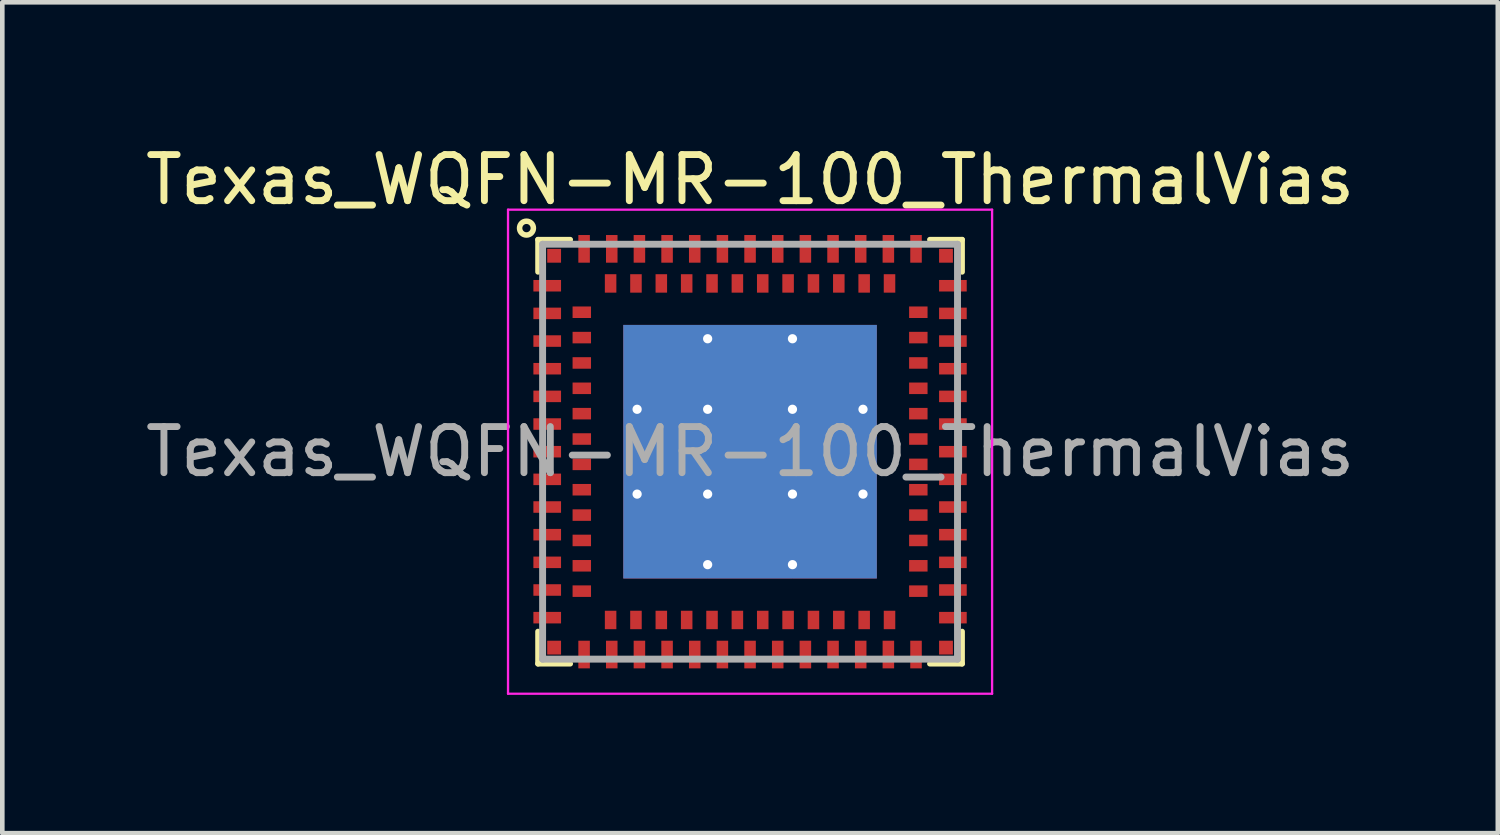
<source format=kicad_pcb>
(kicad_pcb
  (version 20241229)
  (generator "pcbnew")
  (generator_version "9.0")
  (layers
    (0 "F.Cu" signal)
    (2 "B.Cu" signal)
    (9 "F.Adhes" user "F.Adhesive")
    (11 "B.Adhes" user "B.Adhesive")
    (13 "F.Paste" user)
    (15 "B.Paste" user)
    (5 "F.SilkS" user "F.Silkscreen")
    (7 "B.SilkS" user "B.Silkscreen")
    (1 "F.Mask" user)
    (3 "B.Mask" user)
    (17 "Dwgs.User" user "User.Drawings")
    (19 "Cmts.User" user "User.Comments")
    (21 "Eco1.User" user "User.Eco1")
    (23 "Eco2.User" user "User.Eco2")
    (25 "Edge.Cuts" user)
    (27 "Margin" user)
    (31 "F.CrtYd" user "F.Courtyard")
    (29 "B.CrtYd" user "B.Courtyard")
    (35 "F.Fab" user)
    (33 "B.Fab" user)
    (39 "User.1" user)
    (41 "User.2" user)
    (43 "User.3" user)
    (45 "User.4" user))
  (footprint "Texas_WQFN-MR-100_ThermalVias"
    (layer "F.Cu")
    (at 13.22 6.748)
    (property "Reference" "Texas_WQFN-MR-100_ThermalVias" (at 0 -5.9 0) (layer "F.SilkS") (effects (font (size 1 1) (thickness 0.15))))
    (attr smd)
    (fp_line (start -4.6 -4.6) (end -3.9 -4.6) (stroke (width 0.12) (type solid)) (layer "F.SilkS"))
    (fp_line (start -4.6 -3.9) (end -4.6 -4.6) (stroke (width 0.12) (type solid)) (layer "F.SilkS"))
    (fp_line (start -4.6 3.9) (end -4.6 4.6) (stroke (width 0.12) (type solid)) (layer "F.SilkS"))
    (fp_line (start -4.6 4.6) (end -3.9 4.6) (stroke (width 0.12) (type solid)) (layer "F.SilkS"))
    (fp_line (start 4.6 -4.6) (end 3.9 -4.6) (stroke (width 0.12) (type solid)) (layer "F.SilkS"))
    (fp_line (start 4.6 -3.9) (end 4.6 -4.6) (stroke (width 0.12) (type solid)) (layer "F.SilkS"))
    (fp_line (start 4.6 3.9) (end 4.6 4.6) (stroke (width 0.12) (type solid)) (layer "F.SilkS"))
    (fp_line (start 4.6 4.6) (end 3.9 4.6) (stroke (width 0.12) (type solid)) (layer "F.SilkS"))
    (fp_circle (center -4.85 -4.85) (end -5 -4.85) (stroke (width 0.12) (type solid)) (fill no) (layer "F.SilkS"))
    (fp_line (start -5.25 -5.25) (end 5.25 -5.25) (stroke (width 0.05) (type solid)) (layer "F.CrtYd"))
    (fp_line (start -5.25 5.25) (end -5.25 -5.25) (stroke (width 0.05) (type solid)) (layer "F.CrtYd"))
    (fp_line (start 5.25 -5.25) (end 5.25 5.25) (stroke (width 0.05) (type solid)) (layer "F.CrtYd"))
    (fp_line (start 5.25 5.25) (end -5.25 5.25) (stroke (width 0.05) (type solid)) (layer "F.CrtYd"))
    (fp_line (start -4.5 -4.5) (end -4.5 4.5) (stroke (width 0.15) (type solid)) (layer "F.Fab"))
    (fp_line (start -4.5 -4.5) (end 4.5 -4.5) (stroke (width 0.15) (type solid)) (layer "F.Fab"))
    (fp_line (start -4.5 4.5) (end 4.5 4.5) (stroke (width 0.15) (type solid)) (layer "F.Fab"))
    (fp_line (start 4.5 -4.5) (end 4.5 4.5) (stroke (width 0.15) (type solid)) (layer "F.Fab"))
    (fp_text user "${REFERENCE}" (at 0 0 0) (layer "F.Fab") (effects (font (size 1 1) (thickness 0.15))))
    (pad "A1" smd rect (at -4.4 -3.6 90) (size 0.25 0.6) (layers "F.Cu" "F.Mask" "F.Paste"))
    (pad "A2" smd rect (at -4.4 -3 90) (size 0.25 0.6) (layers "F.Cu" "F.Mask" "F.Paste"))
    (pad "A3" smd rect (at -4.4 -2.4 90) (size 0.25 0.6) (layers "F.Cu" "F.Mask" "F.Paste"))
    (pad "A4" smd rect (at -4.4 -1.8 90) (size 0.25 0.6) (layers "F.Cu" "F.Mask" "F.Paste"))
    (pad "A5" smd rect (at -4.4 -1.2 90) (size 0.25 0.6) (layers "F.Cu" "F.Mask" "F.Paste"))
    (pad "A6" smd rect (at -4.4 -0.6 90) (size 0.25 0.6) (layers "F.Cu" "F.Mask" "F.Paste"))
    (pad "A7" smd rect (at -4.4 0 90) (size 0.25 0.6) (layers "F.Cu" "F.Mask" "F.Paste"))
    (pad "A8" smd rect (at -4.4 0.6 90) (size 0.25 0.6) (layers "F.Cu" "F.Mask" "F.Paste"))
    (pad "A9" smd rect (at -4.4 1.2 90) (size 0.25 0.6) (layers "F.Cu" "F.Mask" "F.Paste"))
    (pad "A10" smd rect (at -4.4 1.8 90) (size 0.25 0.6) (layers "F.Cu" "F.Mask" "F.Paste"))
    (pad "A11" smd rect (at -4.4 2.4 90) (size 0.25 0.6) (layers "F.Cu" "F.Mask" "F.Paste"))
    (pad "A12" smd rect (at -4.4 3 90) (size 0.25 0.6) (layers "F.Cu" "F.Mask" "F.Paste"))
    (pad "A13" smd rect (at -4.4 3.6 90) (size 0.25 0.6) (layers "F.Cu" "F.Mask" "F.Paste"))
    (pad "A14" smd rect (at -3.6 4.4) (size 0.25 0.6) (layers "F.Cu" "F.Mask" "F.Paste"))
    (pad "A15" smd rect (at -3 4.4) (size 0.25 0.6) (layers "F.Cu" "F.Mask" "F.Paste"))
    (pad "A16" smd rect (at -2.4 4.4) (size 0.25 0.6) (layers "F.Cu" "F.Mask" "F.Paste"))
    (pad "A17" smd rect (at -1.8 4.4) (size 0.25 0.6) (layers "F.Cu" "F.Mask" "F.Paste"))
    (pad "A18" smd rect (at -1.2 4.4) (size 0.25 0.6) (layers "F.Cu" "F.Mask" "F.Paste"))
    (pad "A19" smd rect (at -0.6 4.4) (size 0.25 0.6) (layers "F.Cu" "F.Mask" "F.Paste"))
    (pad "A20" smd rect (at 0 4.4) (size 0.25 0.6) (layers "F.Cu" "F.Mask" "F.Paste"))
    (pad "A21" smd rect (at 0.6 4.4) (size 0.25 0.6) (layers "F.Cu" "F.Mask" "F.Paste"))
    (pad "A22" smd rect (at 1.2 4.4) (size 0.25 0.6) (layers "F.Cu" "F.Mask" "F.Paste"))
    (pad "A23" smd rect (at 1.8 4.4) (size 0.25 0.6) (layers "F.Cu" "F.Mask" "F.Paste"))
    (pad "A24" smd rect (at 2.4 4.4) (size 0.25 0.6) (layers "F.Cu" "F.Mask" "F.Paste"))
    (pad "A25" smd rect (at 3 4.4) (size 0.25 0.6) (layers "F.Cu" "F.Mask" "F.Paste"))
    (pad "A26" smd rect (at 3.6 4.4) (size 0.25 0.6) (layers "F.Cu" "F.Mask" "F.Paste"))
    (pad "A27" smd rect (at 4.4 3.6 90) (size 0.25 0.6) (layers "F.Cu" "F.Mask" "F.Paste"))
    (pad "A28" smd rect (at 4.4 3 90) (size 0.25 0.6) (layers "F.Cu" "F.Mask" "F.Paste"))
    (pad "A29" smd rect (at 4.4 2.4 90) (size 0.25 0.6) (layers "F.Cu" "F.Mask" "F.Paste"))
    (pad "A30" smd rect (at 4.4 1.8 90) (size 0.25 0.6) (layers "F.Cu" "F.Mask" "F.Paste"))
    (pad "A31" smd rect (at 4.4 1.2 90) (size 0.25 0.6) (layers "F.Cu" "F.Mask" "F.Paste"))
    (pad "A32" smd rect (at 4.4 0.6 90) (size 0.25 0.6) (layers "F.Cu" "F.Mask" "F.Paste"))
    (pad "A33" smd rect (at 4.4 0 90) (size 0.25 0.6) (layers "F.Cu" "F.Mask" "F.Paste"))
    (pad "A34" smd rect (at 4.4 -0.6 90) (size 0.25 0.6) (layers "F.Cu" "F.Mask" "F.Paste"))
    (pad "A35" smd rect (at 4.4 -1.2 90) (size 0.25 0.6) (layers "F.Cu" "F.Mask" "F.Paste"))
    (pad "A36" smd rect (at 4.4 -1.8 90) (size 0.25 0.6) (layers "F.Cu" "F.Mask" "F.Paste"))
    (pad "A37" smd rect (at 4.4 -2.4 90) (size 0.25 0.6) (layers "F.Cu" "F.Mask" "F.Paste"))
    (pad "A38" smd rect (at 4.4 -3 90) (size 0.25 0.6) (layers "F.Cu" "F.Mask" "F.Paste"))
    (pad "A39" smd rect (at 4.4 -3.6 90) (size 0.25 0.6) (layers "F.Cu" "F.Mask" "F.Paste"))
    (pad "A40" smd rect (at 3.6 -4.4) (size 0.25 0.6) (layers "F.Cu" "F.Mask" "F.Paste"))
    (pad "A41" smd rect (at 3 -4.4) (size 0.25 0.6) (layers "F.Cu" "F.Mask" "F.Paste"))
    (pad "A42" smd rect (at 2.4 -4.4) (size 0.25 0.6) (layers "F.Cu" "F.Mask" "F.Paste"))
    (pad "A43" smd rect (at 1.8 -4.4) (size 0.25 0.6) (layers "F.Cu" "F.Mask" "F.Paste"))
    (pad "A44" smd rect (at 1.2 -4.4) (size 0.25 0.6) (layers "F.Cu" "F.Mask" "F.Paste"))
    (pad "A45" smd rect (at 0.6 -4.4) (size 0.25 0.6) (layers "F.Cu" "F.Mask" "F.Paste"))
    (pad "A46" smd rect (at 0 -4.4) (size 0.25 0.6) (layers "F.Cu" "F.Mask" "F.Paste"))
    (pad "A47" smd rect (at -0.6 -4.4) (size 0.25 0.6) (layers "F.Cu" "F.Mask" "F.Paste"))
    (pad "A48" smd rect (at -1.2 -4.4) (size 0.25 0.6) (layers "F.Cu" "F.Mask" "F.Paste"))
    (pad "A49" smd rect (at -1.8 -4.4) (size 0.25 0.6) (layers "F.Cu" "F.Mask" "F.Paste"))
    (pad "A50" smd rect (at -2.4 -4.4) (size 0.25 0.6) (layers "F.Cu" "F.Mask" "F.Paste"))
    (pad "A51" smd rect (at -3 -4.4) (size 0.25 0.6) (layers "F.Cu" "F.Mask" "F.Paste"))
    (pad "A52" smd rect (at -3.6 -4.4) (size 0.25 0.6) (layers "F.Cu" "F.Mask" "F.Paste"))
    (pad "A53" thru_hole circle (at -2.45 -0.92) (size 0.3 0.3) (drill 0.2) (layers "*.Cu" "*.Mask"))
    (pad "A53" thru_hole circle (at -2.45 0.92) (size 0.3 0.3) (drill 0.2) (layers "*.Cu" "*.Mask"))
    (pad "A53" smd rect (at -1.835 -1.835) (size 1.83 1.83) (layers "F.Cu" "F.Mask" "F.Paste"))
    (pad "A53" smd rect (at -1.835 0) (size 1.83 1.84) (layers "F.Cu" "F.Mask" "F.Paste"))
    (pad "A53" smd rect (at -1.835 1.835) (size 1.83 1.83) (layers "F.Cu" "F.Mask" "F.Paste"))
    (pad "A53" thru_hole circle (at -0.92 -2.45) (size 0.3 0.3) (drill 0.2) (layers "*.Cu" "*.Mask"))
    (pad "A53" thru_hole circle (at -0.92 -0.92) (size 0.3 0.3) (drill 0.2) (layers "*.Cu" "*.Mask"))
    (pad "A53" thru_hole circle (at -0.92 0.92) (size 0.3 0.3) (drill 0.2) (layers "*.Cu" "*.Mask"))
    (pad "A53" thru_hole circle (at -0.92 2.45) (size 0.3 0.3) (drill 0.2) (layers "*.Cu" "*.Mask"))
    (pad "A53" smd rect (at 0 -1.835) (size 1.84 1.83) (layers "F.Cu" "F.Mask" "F.Paste"))
    (pad "A53" smd rect (at 0 0) (size 1.84 1.84) (layers "F.Cu" "F.Mask" "F.Paste"))
    (pad "A53" smd rect (at 0 0) (size 5.5 5.5) (layers "B.Cu" "B.Mask"))
    (pad "A53" smd rect (at 0 1.835) (size 1.84 1.83) (layers "F.Cu" "F.Mask" "F.Paste"))
    (pad "A53" thru_hole circle (at 0.92 -2.45) (size 0.3 0.3) (drill 0.2) (layers "*.Cu" "*.Mask"))
    (pad "A53" thru_hole circle (at 0.92 -0.92) (size 0.3 0.3) (drill 0.2) (layers "*.Cu" "*.Mask"))
    (pad "A53" thru_hole circle (at 0.92 0.92) (size 0.3 0.3) (drill 0.2) (layers "*.Cu" "*.Mask"))
    (pad "A53" thru_hole circle (at 0.92 2.45) (size 0.3 0.3) (drill 0.2) (layers "*.Cu" "*.Mask"))
    (pad "A53" smd rect (at 1.835 -1.835) (size 1.83 1.83) (layers "F.Cu" "F.Mask" "F.Paste"))
    (pad "A53" smd rect (at 1.835 0) (size 1.83 1.84) (layers "F.Cu" "F.Mask" "F.Paste"))
    (pad "A53" smd rect (at 1.835 1.835) (size 1.83 1.83) (layers "F.Cu" "F.Mask" "F.Paste"))
    (pad "A53" thru_hole circle (at 2.45 -0.92) (size 0.3 0.3) (drill 0.2) (layers "*.Cu" "*.Mask"))
    (pad "A53" thru_hole circle (at 2.45 0.92) (size 0.3 0.3) (drill 0.2) (layers "*.Cu" "*.Mask"))
    (pad "B1" smd rect (at -3.65 -3.025 90) (size 0.25 0.4) (layers "F.Cu" "F.Mask" "F.Paste"))
    (pad "B2" smd rect (at -3.65 -2.475 90) (size 0.25 0.4) (layers "F.Cu" "F.Mask" "F.Paste"))
    (pad "B3" smd rect (at -3.65 -1.925 90) (size 0.25 0.4) (layers "F.Cu" "F.Mask" "F.Paste"))
    (pad "B4" smd rect (at -3.65 -1.375 90) (size 0.25 0.4) (layers "F.Cu" "F.Mask" "F.Paste"))
    (pad "B5" smd rect (at -3.65 -0.825 90) (size 0.25 0.4) (layers "F.Cu" "F.Mask" "F.Paste"))
    (pad "B6" smd rect (at -3.65 -0.275 90) (size 0.25 0.4) (layers "F.Cu" "F.Mask" "F.Paste"))
    (pad "B7" smd rect (at -3.65 0.275 90) (size 0.25 0.4) (layers "F.Cu" "F.Mask" "F.Paste"))
    (pad "B8" smd rect (at -3.65 0.825 90) (size 0.25 0.4) (layers "F.Cu" "F.Mask" "F.Paste"))
    (pad "B9" smd rect (at -3.65 1.375 90) (size 0.25 0.4) (layers "F.Cu" "F.Mask" "F.Paste"))
    (pad "B10" smd rect (at -3.65 1.925 90) (size 0.25 0.4) (layers "F.Cu" "F.Mask" "F.Paste"))
    (pad "B11" smd rect (at -3.65 2.475 90) (size 0.25 0.4) (layers "F.Cu" "F.Mask" "F.Paste"))
    (pad "B12" smd rect (at -3.65 3.025 90) (size 0.25 0.4) (layers "F.Cu" "F.Mask" "F.Paste"))
    (pad "B13" smd rect (at -3.025 3.65) (size 0.25 0.4) (layers "F.Cu" "F.Mask" "F.Paste"))
    (pad "B14" smd rect (at -2.475 3.65) (size 0.25 0.4) (layers "F.Cu" "F.Mask" "F.Paste"))
    (pad "B15" smd rect (at -1.925 3.65) (size 0.25 0.4) (layers "F.Cu" "F.Mask" "F.Paste"))
    (pad "B16" smd rect (at -1.375 3.65) (size 0.25 0.4) (layers "F.Cu" "F.Mask" "F.Paste"))
    (pad "B17" smd rect (at -0.825 3.65) (size 0.25 0.4) (layers "F.Cu" "F.Mask" "F.Paste"))
    (pad "B18" smd rect (at -0.275 3.65) (size 0.25 0.4) (layers "F.Cu" "F.Mask" "F.Paste"))
    (pad "B19" smd rect (at 0.275 3.65) (size 0.25 0.4) (layers "F.Cu" "F.Mask" "F.Paste"))
    (pad "B20" smd rect (at 0.825 3.65) (size 0.25 0.4) (layers "F.Cu" "F.Mask" "F.Paste"))
    (pad "B21" smd rect (at 1.375 3.65) (size 0.25 0.4) (layers "F.Cu" "F.Mask" "F.Paste"))
    (pad "B22" smd rect (at 1.925 3.65) (size 0.25 0.4) (layers "F.Cu" "F.Mask" "F.Paste"))
    (pad "B23" smd rect (at 2.475 3.65) (size 0.25 0.4) (layers "F.Cu" "F.Mask" "F.Paste"))
    (pad "B24" smd rect (at 3.025 3.65) (size 0.25 0.4) (layers "F.Cu" "F.Mask" "F.Paste"))
    (pad "B25" smd rect (at 3.65 3.025 90) (size 0.25 0.4) (layers "F.Cu" "F.Mask" "F.Paste"))
    (pad "B26" smd rect (at 3.65 2.475 90) (size 0.25 0.4) (layers "F.Cu" "F.Mask" "F.Paste"))
    (pad "B27" smd rect (at 3.65 1.925 90) (size 0.25 0.4) (layers "F.Cu" "F.Mask" "F.Paste"))
    (pad "B28" smd rect (at 3.65 1.375 90) (size 0.25 0.4) (layers "F.Cu" "F.Mask" "F.Paste"))
    (pad "B29" smd rect (at 3.65 0.825 90) (size 0.25 0.4) (layers "F.Cu" "F.Mask" "F.Paste"))
    (pad "B30" smd rect (at 3.65 0.275 90) (size 0.25 0.4) (layers "F.Cu" "F.Mask" "F.Paste"))
    (pad "B31" smd rect (at 3.65 -0.275 90) (size 0.25 0.4) (layers "F.Cu" "F.Mask" "F.Paste"))
    (pad "B32" smd rect (at 3.65 -0.825 90) (size 0.25 0.4) (layers "F.Cu" "F.Mask" "F.Paste"))
    (pad "B33" smd rect (at 3.65 -1.375 90) (size 0.25 0.4) (layers "F.Cu" "F.Mask" "F.Paste"))
    (pad "B34" smd rect (at 3.65 -1.925 90) (size 0.25 0.4) (layers "F.Cu" "F.Mask" "F.Paste"))
    (pad "B35" smd rect (at 3.65 -2.475 90) (size 0.25 0.4) (layers "F.Cu" "F.Mask" "F.Paste"))
    (pad "B36" smd rect (at 3.65 -3.025 90) (size 0.25 0.4) (layers "F.Cu" "F.Mask" "F.Paste"))
    (pad "B37" smd rect (at 3.025 -3.65) (size 0.25 0.4) (layers "F.Cu" "F.Mask" "F.Paste"))
    (pad "B38" smd rect (at 2.475 -3.65) (size 0.25 0.4) (layers "F.Cu" "F.Mask" "F.Paste"))
    (pad "B39" smd rect (at 1.925 -3.65) (size 0.25 0.4) (layers "F.Cu" "F.Mask" "F.Paste"))
    (pad "B40" smd rect (at 1.375 -3.65) (size 0.25 0.4) (layers "F.Cu" "F.Mask" "F.Paste"))
    (pad "B41" smd rect (at 0.825 -3.65) (size 0.25 0.4) (layers "F.Cu" "F.Mask" "F.Paste"))
    (pad "B42" smd rect (at 0.275 -3.65) (size 0.25 0.4) (layers "F.Cu" "F.Mask" "F.Paste"))
    (pad "B43" smd rect (at -0.275 -3.65) (size 0.25 0.4) (layers "F.Cu" "F.Mask" "F.Paste"))
    (pad "B44" smd rect (at -0.825 -3.65) (size 0.25 0.4) (layers "F.Cu" "F.Mask" "F.Paste"))
    (pad "B45" smd rect (at -1.375 -3.65) (size 0.25 0.4) (layers "F.Cu" "F.Mask" "F.Paste"))
    (pad "B46" smd rect (at -1.925 -3.65) (size 0.25 0.4) (layers "F.Cu" "F.Mask" "F.Paste"))
    (pad "B47" smd rect (at -2.475 -3.65) (size 0.25 0.4) (layers "F.Cu" "F.Mask" "F.Paste"))
    (pad "B48" smd rect (at -3.025 -3.65) (size 0.25 0.4) (layers "F.Cu" "F.Mask" "F.Paste"))
    (pad "C1" smd rect (at -4.25 -4.25) (size 0.3 0.3) (layers "F.Cu" "F.Mask" "F.Paste"))
    (pad "C2" smd rect (at -4.25 4.25) (size 0.3 0.3) (layers "F.Cu" "F.Mask" "F.Paste"))
    (pad "C3" smd rect (at 4.25 4.25) (size 0.3 0.3) (layers "F.Cu" "F.Mask" "F.Paste"))
    (pad "C4" smd rect (at 4.25 -4.25) (size 0.3 0.3) (layers "F.Cu" "F.Mask" "F.Paste")))
  (gr_rect
    (start -3 -3)
    (end 29.44 15.023)
    (stroke (width 0.1) (type default))
    (fill no)
    (layer "Edge.Cuts")))
</source>
